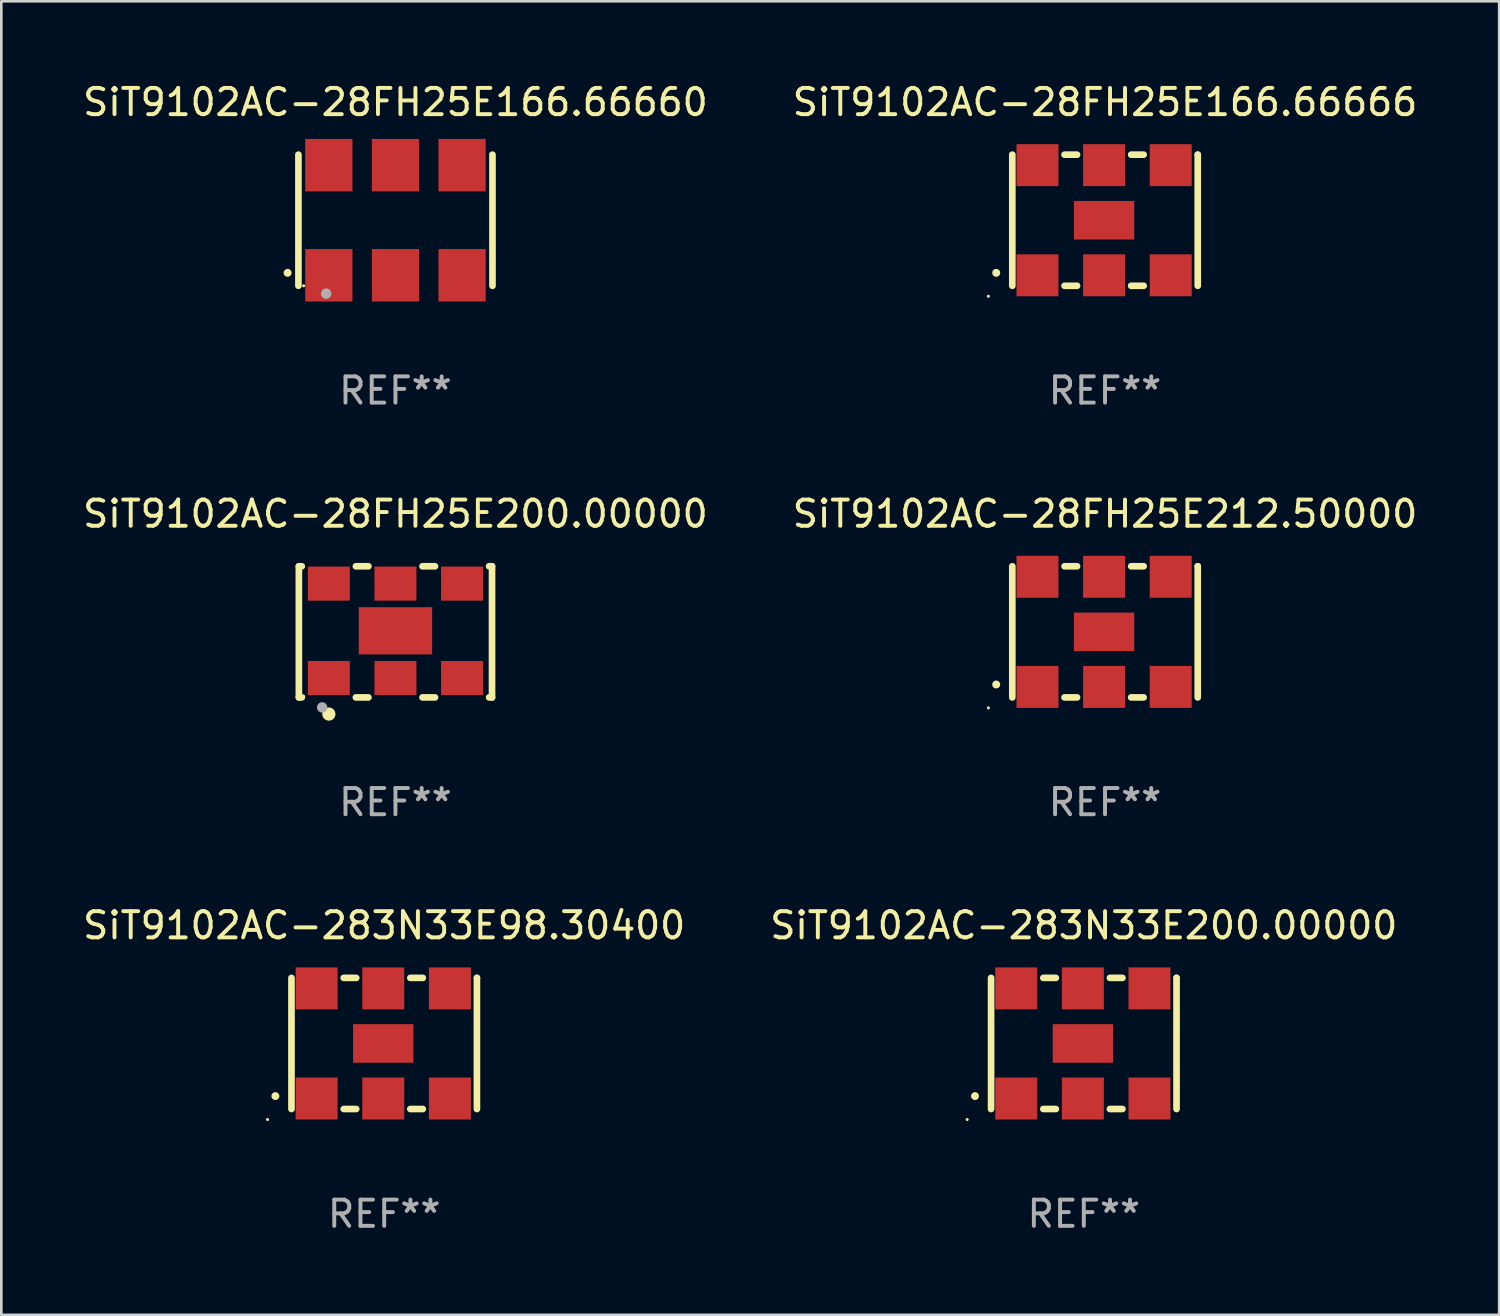
<source format=kicad_pcb>
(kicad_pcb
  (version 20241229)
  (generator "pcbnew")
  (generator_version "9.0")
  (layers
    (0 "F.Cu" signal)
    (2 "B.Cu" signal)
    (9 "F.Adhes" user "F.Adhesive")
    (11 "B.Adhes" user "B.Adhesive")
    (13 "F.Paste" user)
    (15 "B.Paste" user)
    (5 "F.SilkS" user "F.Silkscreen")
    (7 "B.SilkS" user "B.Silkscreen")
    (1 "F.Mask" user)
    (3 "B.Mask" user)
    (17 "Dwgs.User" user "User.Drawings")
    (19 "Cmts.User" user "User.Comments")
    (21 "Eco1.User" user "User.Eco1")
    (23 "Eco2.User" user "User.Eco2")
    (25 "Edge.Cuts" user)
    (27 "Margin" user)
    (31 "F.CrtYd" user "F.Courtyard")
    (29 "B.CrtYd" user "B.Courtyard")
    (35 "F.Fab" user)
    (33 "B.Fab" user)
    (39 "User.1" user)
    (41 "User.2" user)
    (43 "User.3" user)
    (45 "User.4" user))
  (footprint "SiT9102AC-28FH25E212.50000"
    (layer "F.Cu")
    (at 39.089 21.045)
    (property "Reference" "SiT9102AC-28FH25E212.50000" (at 0 -4.5 0) (layer "F.SilkS") (effects (font (size 1 1) (thickness 0.15))))
    (attr through_hole)
    (fp_line (start -3.536 -2.5) (end -3.536 2.5) (stroke (width 0.254) (type solid)) (layer "F.SilkS"))
    (fp_line (start -1.544 2.5) (end -1.067 2.5) (stroke (width 0.254) (type solid)) (layer "F.SilkS"))
    (fp_line (start -1.067 -2.5) (end -1.544 -2.5) (stroke (width 0.254) (type solid)) (layer "F.SilkS"))
    (fp_line (start 0.996 2.5) (end 1.473 2.5) (stroke (width 0.254) (type solid)) (layer "F.SilkS"))
    (fp_line (start 1.473 -2.5) (end 0.996 -2.5) (stroke (width 0.254) (type solid)) (layer "F.SilkS"))
    (fp_line (start 3.536 -2.5) (end 3.536 -2.5) (stroke (width 0.254) (type solid)) (layer "F.SilkS"))
    (fp_line (start 3.536 2.5) (end 3.536 -2.5) (stroke (width 0.254) (type solid)) (layer "F.SilkS"))
    (fp_arc (start -4.150432 2.006604) (mid -4.149162 2.006599) (end -4.147892 2.006604) (stroke (width 0.3) (type solid)) (layer "F.SilkS"))
    (fp_circle (center -4.449 2.9) (end -4.419 2.9) (stroke (width 0.06) (type solid)) (fill no) (layer "F.SilkS"))
    (fp_text user "REF**" (at 0 6.5 0) (layer "F.Fab") (effects (font (size 1 1) (thickness 0.15))))
    (pad "1" smd rect (at -2.576 2.1) (size 1.6 1.6) (layers "F.Cu" "F.Mask" "F.Paste"))
    (pad "2" smd rect (at -0.036 2.1) (size 1.6 1.6) (layers "F.Cu" "F.Mask" "F.Paste"))
    (pad "3" smd rect (at 2.504 2.1) (size 1.6 1.6) (layers "F.Cu" "F.Mask" "F.Paste"))
    (pad "4" smd rect (at 2.504 -2.1) (size 1.6 1.6) (layers "F.Cu" "F.Mask" "F.Paste"))
    (pad "5" smd rect (at -0.036 -2.1) (size 1.6 1.6) (layers "F.Cu" "F.Mask" "F.Paste"))
    (pad "6" smd rect (at -2.576 -2.1) (size 1.6 1.6) (layers "F.Cu" "F.Mask" "F.Paste"))
    (pad "7" smd rect (at -0.036 0) (size 2.3 1.47) (layers "F.Cu" "F.Mask" "F.Paste")))
  (footprint "SiT9102AC-283N33E98.30400"
    (layer "F.Cu")
    (at 11.601 36.741)
    (property "Reference" "SiT9102AC-283N33E98.30400" (at 0 -4.5 0) (layer "F.SilkS") (effects (font (size 1 1) (thickness 0.15))))
    (attr through_hole)
    (fp_line (start -3.536 -2.5) (end -3.536 2.5) (stroke (width 0.254) (type solid)) (layer "F.SilkS"))
    (fp_line (start -1.544 2.5) (end -1.067 2.5) (stroke (width 0.254) (type solid)) (layer "F.SilkS"))
    (fp_line (start -1.067 -2.5) (end -1.544 -2.5) (stroke (width 0.254) (type solid)) (layer "F.SilkS"))
    (fp_line (start 0.996 2.5) (end 1.473 2.5) (stroke (width 0.254) (type solid)) (layer "F.SilkS"))
    (fp_line (start 1.473 -2.5) (end 0.996 -2.5) (stroke (width 0.254) (type solid)) (layer "F.SilkS"))
    (fp_line (start 3.536 -2.5) (end 3.536 -2.5) (stroke (width 0.254) (type solid)) (layer "F.SilkS"))
    (fp_line (start 3.536 2.5) (end 3.536 -2.5) (stroke (width 0.254) (type solid)) (layer "F.SilkS"))
    (fp_arc (start -4.150432 2.006604) (mid -4.149162 2.006599) (end -4.147892 2.006604) (stroke (width 0.3) (type solid)) (layer "F.SilkS"))
    (fp_circle (center -4.449 2.9) (end -4.419 2.9) (stroke (width 0.06) (type solid)) (fill no) (layer "F.SilkS"))
    (fp_text user "REF**" (at 0 6.5 0) (layer "F.Fab") (effects (font (size 1 1) (thickness 0.15))))
    (pad "1" smd rect (at -2.576 2.1) (size 1.6 1.6) (layers "F.Cu" "F.Mask" "F.Paste"))
    (pad "2" smd rect (at -0.036 2.1) (size 1.6 1.6) (layers "F.Cu" "F.Mask" "F.Paste"))
    (pad "3" smd rect (at 2.504 2.1) (size 1.6 1.6) (layers "F.Cu" "F.Mask" "F.Paste"))
    (pad "4" smd rect (at 2.504 -2.1) (size 1.6 1.6) (layers "F.Cu" "F.Mask" "F.Paste"))
    (pad "5" smd rect (at -0.036 -2.1) (size 1.6 1.6) (layers "F.Cu" "F.Mask" "F.Paste"))
    (pad "6" smd rect (at -2.576 -2.1) (size 1.6 1.6) (layers "F.Cu" "F.Mask" "F.Paste"))
    (pad "7" smd rect (at -0.036 0) (size 2.3 1.47) (layers "F.Cu" "F.Mask" "F.Paste")))
  (footprint "SiT9102AC-28FH25E200.00000"
    (layer "F.Cu")
    (at 12.03 21.045)
    (property "Reference" "SiT9102AC-28FH25E200.00000" (at 0 -4.5 0) (layer "F.SilkS") (effects (font (size 1 1) (thickness 0.15))))
    (attr through_hole)
    (fp_line (start -3.683 -2.5) (end -3.571 -2.5) (stroke (width 0.254) (type solid)) (layer "F.SilkS"))
    (fp_line (start -3.683 2.5) (end -3.683 -2.5) (stroke (width 0.254) (type solid)) (layer "F.SilkS"))
    (fp_line (start -3.683 2.5) (end -3.571 2.5) (stroke (width 0.254) (type solid)) (layer "F.SilkS"))
    (fp_line (start -1.509 -2.5) (end -1.031 -2.5) (stroke (width 0.254) (type solid)) (layer "F.SilkS"))
    (fp_line (start -1.509 2.5) (end -1.031 2.5) (stroke (width 0.254) (type solid)) (layer "F.SilkS"))
    (fp_line (start 1.031 -2.5) (end 1.509 -2.5) (stroke (width 0.254) (type solid)) (layer "F.SilkS"))
    (fp_line (start 1.031 2.5) (end 1.509 2.5) (stroke (width 0.254) (type solid)) (layer "F.SilkS"))
    (fp_line (start 3.571 -2.5) (end 3.683 -2.5) (stroke (width 0.254) (type solid)) (layer "F.SilkS"))
    (fp_line (start 3.571 2.5) (end 3.683 2.5) (stroke (width 0.254) (type solid)) (layer "F.SilkS"))
    (fp_line (start 3.683 2.5) (end 3.683 -2.5) (stroke (width 0.254) (type solid)) (layer "F.SilkS"))
    (fp_circle (center -3.5 2.46) (end -3.47 2.46) (stroke (width 0.06) (type solid)) (fill no) (layer "F.SilkS"))
    (fp_circle (center -2.54 3.135) (end -2.413 3.135) (stroke (width 0.254) (type solid)) (fill no) (layer "F.SilkS"))
    (fp_circle (center -2.794 2.881) (end -2.694 2.881) (stroke (width 0.2) (type solid)) (fill no) (layer "F.Fab"))
    (fp_text user "REF**" (at 0 6.5 0) (layer "F.Fab") (effects (font (size 1 1) (thickness 0.15))))
    (pad "1" smd rect (at -2.54 1.76) (size 1.6 1.3) (layers "F.Cu" "F.Mask" "F.Paste"))
    (pad "2" smd rect (at 0 1.76) (size 1.6 1.3) (layers "F.Cu" "F.Mask" "F.Paste"))
    (pad "3" smd rect (at 2.54 1.76) (size 1.6 1.3) (layers "F.Cu" "F.Mask" "F.Paste"))
    (pad "4" smd rect (at 2.54 -1.84) (size 1.6 1.3) (layers "F.Cu" "F.Mask" "F.Paste"))
    (pad "5" smd rect (at 0 -1.84) (size 1.6 1.3) (layers "F.Cu" "F.Mask" "F.Paste"))
    (pad "6" smd rect (at -2.54 -1.84) (size 1.6 1.3) (layers "F.Cu" "F.Mask" "F.Paste"))
    (pad "7" smd rect (at 0 -0.04) (size 2.8 1.8) (layers "F.Cu" "F.Mask" "F.Paste")))
  (footprint "SiT9102AC-28FH25E166.66666"
    (layer "F.Cu")
    (at 39.089 5.348)
    (property "Reference" "SiT9102AC-28FH25E166.66666" (at 0 -4.5 0) (layer "F.SilkS") (effects (font (size 1 1) (thickness 0.15))))
    (attr through_hole)
    (fp_line (start -3.536 -2.5) (end -3.536 2.5) (stroke (width 0.254) (type solid)) (layer "F.SilkS"))
    (fp_line (start -1.544 2.5) (end -1.067 2.5) (stroke (width 0.254) (type solid)) (layer "F.SilkS"))
    (fp_line (start -1.067 -2.5) (end -1.544 -2.5) (stroke (width 0.254) (type solid)) (layer "F.SilkS"))
    (fp_line (start 0.996 2.5) (end 1.473 2.5) (stroke (width 0.254) (type solid)) (layer "F.SilkS"))
    (fp_line (start 1.473 -2.5) (end 0.996 -2.5) (stroke (width 0.254) (type solid)) (layer "F.SilkS"))
    (fp_line (start 3.536 -2.5) (end 3.536 -2.5) (stroke (width 0.254) (type solid)) (layer "F.SilkS"))
    (fp_line (start 3.536 2.5) (end 3.536 -2.5) (stroke (width 0.254) (type solid)) (layer "F.SilkS"))
    (fp_arc (start -4.150432 2.006604) (mid -4.149162 2.006599) (end -4.147892 2.006604) (stroke (width 0.3) (type solid)) (layer "F.SilkS"))
    (fp_circle (center -4.449 2.9) (end -4.419 2.9) (stroke (width 0.06) (type solid)) (fill no) (layer "F.SilkS"))
    (fp_text user "REF**" (at 0 6.5 0) (layer "F.Fab") (effects (font (size 1 1) (thickness 0.15))))
    (pad "1" smd rect (at -2.576 2.1) (size 1.6 1.6) (layers "F.Cu" "F.Mask" "F.Paste"))
    (pad "2" smd rect (at -0.036 2.1) (size 1.6 1.6) (layers "F.Cu" "F.Mask" "F.Paste"))
    (pad "3" smd rect (at 2.504 2.1) (size 1.6 1.6) (layers "F.Cu" "F.Mask" "F.Paste"))
    (pad "4" smd rect (at 2.504 -2.1) (size 1.6 1.6) (layers "F.Cu" "F.Mask" "F.Paste"))
    (pad "5" smd rect (at -0.036 -2.1) (size 1.6 1.6) (layers "F.Cu" "F.Mask" "F.Paste"))
    (pad "6" smd rect (at -2.576 -2.1) (size 1.6 1.6) (layers "F.Cu" "F.Mask" "F.Paste"))
    (pad "7" smd rect (at -0.036 0) (size 2.3 1.47) (layers "F.Cu" "F.Mask" "F.Paste")))
  (footprint "SiT9102AC-283N33E200.00000"
    (layer "F.Cu")
    (at 38.28 36.741)
    (property "Reference" "SiT9102AC-283N33E200.00000" (at 0 -4.5 0) (layer "F.SilkS") (effects (font (size 1 1) (thickness 0.15))))
    (attr through_hole)
    (fp_line (start -3.536 -2.5) (end -3.536 2.5) (stroke (width 0.254) (type solid)) (layer "F.SilkS"))
    (fp_line (start -1.544 2.5) (end -1.067 2.5) (stroke (width 0.254) (type solid)) (layer "F.SilkS"))
    (fp_line (start -1.067 -2.5) (end -1.544 -2.5) (stroke (width 0.254) (type solid)) (layer "F.SilkS"))
    (fp_line (start 0.996 2.5) (end 1.473 2.5) (stroke (width 0.254) (type solid)) (layer "F.SilkS"))
    (fp_line (start 1.473 -2.5) (end 0.996 -2.5) (stroke (width 0.254) (type solid)) (layer "F.SilkS"))
    (fp_line (start 3.536 -2.5) (end 3.536 -2.5) (stroke (width 0.254) (type solid)) (layer "F.SilkS"))
    (fp_line (start 3.536 2.5) (end 3.536 -2.5) (stroke (width 0.254) (type solid)) (layer "F.SilkS"))
    (fp_arc (start -4.150432 2.006604) (mid -4.149162 2.006599) (end -4.147892 2.006604) (stroke (width 0.3) (type solid)) (layer "F.SilkS"))
    (fp_circle (center -4.449 2.9) (end -4.419 2.9) (stroke (width 0.06) (type solid)) (fill no) (layer "F.SilkS"))
    (fp_text user "REF**" (at 0 6.5 0) (layer "F.Fab") (effects (font (size 1 1) (thickness 0.15))))
    (pad "1" smd rect (at -2.576 2.1) (size 1.6 1.6) (layers "F.Cu" "F.Mask" "F.Paste"))
    (pad "2" smd rect (at -0.036 2.1) (size 1.6 1.6) (layers "F.Cu" "F.Mask" "F.Paste"))
    (pad "3" smd rect (at 2.504 2.1) (size 1.6 1.6) (layers "F.Cu" "F.Mask" "F.Paste"))
    (pad "4" smd rect (at 2.504 -2.1) (size 1.6 1.6) (layers "F.Cu" "F.Mask" "F.Paste"))
    (pad "5" smd rect (at -0.036 -2.1) (size 1.6 1.6) (layers "F.Cu" "F.Mask" "F.Paste"))
    (pad "6" smd rect (at -2.576 -2.1) (size 1.6 1.6) (layers "F.Cu" "F.Mask" "F.Paste"))
    (pad "7" smd rect (at -0.036 0) (size 2.3 1.47) (layers "F.Cu" "F.Mask" "F.Paste")))
  (footprint "SiT9102AC-28FH25E166.66660"
    (layer "F.Cu")
    (at 12.03 5.348)
    (property "Reference" "SiT9102AC-28FH25E166.66660" (at 0 -4.5 0) (layer "F.SilkS") (effects (font (size 1 1) (thickness 0.15))))
    (attr through_hole)
    (fp_line (start -3.7 -2.5) (end -3.7 2.5) (stroke (width 0.254) (type solid)) (layer "F.SilkS"))
    (fp_line (start 3.7 -2.5) (end 3.7 2.5) (stroke (width 0.254) (type solid)) (layer "F.SilkS"))
    (fp_arc (start -4.114415 2.006604) (mid -4.113145 2.006599) (end -4.111875 2.006604) (stroke (width 0.3) (type solid)) (layer "F.SilkS"))
    (fp_circle (center -3.5 2.501) (end -3.47 2.501) (stroke (width 0.06) (type solid)) (fill no) (layer "F.SilkS"))
    (fp_circle (center -2.641 2.799) (end -2.541 2.799) (stroke (width 0.2) (type solid)) (fill no) (layer "F.Fab"))
    (fp_text user "REF**" (at 0 6.5 0) (layer "F.Fab") (effects (font (size 1 1) (thickness 0.15))))
    (pad "1" smd rect (at -2.54 2.1) (size 1.8 2) (layers "F.Cu" "F.Mask" "F.Paste"))
    (pad "2" smd rect (at 0.000394 2.1) (size 1.8 2) (layers "F.Cu" "F.Mask" "F.Paste"))
    (pad "3" smd rect (at 2.54 2.1) (size 1.8 2) (layers "F.Cu" "F.Mask" "F.Paste"))
    (pad "4" smd rect (at 2.54 -2.1) (size 1.8 2) (layers "F.Cu" "F.Mask" "F.Paste"))
    (pad "5" smd rect (at 0.000394 -2.1) (size 1.8 2) (layers "F.Cu" "F.Mask" "F.Paste"))
    (pad "6" smd rect (at -2.54 -2.1) (size 1.8 2) (layers "F.Cu" "F.Mask" "F.Paste")))
  (gr_rect
    (start -3 -3)
    (end 54.119 47.09)
    (stroke (width 0.1) (type default))
    (fill no)
    (layer "Edge.Cuts")))
</source>
